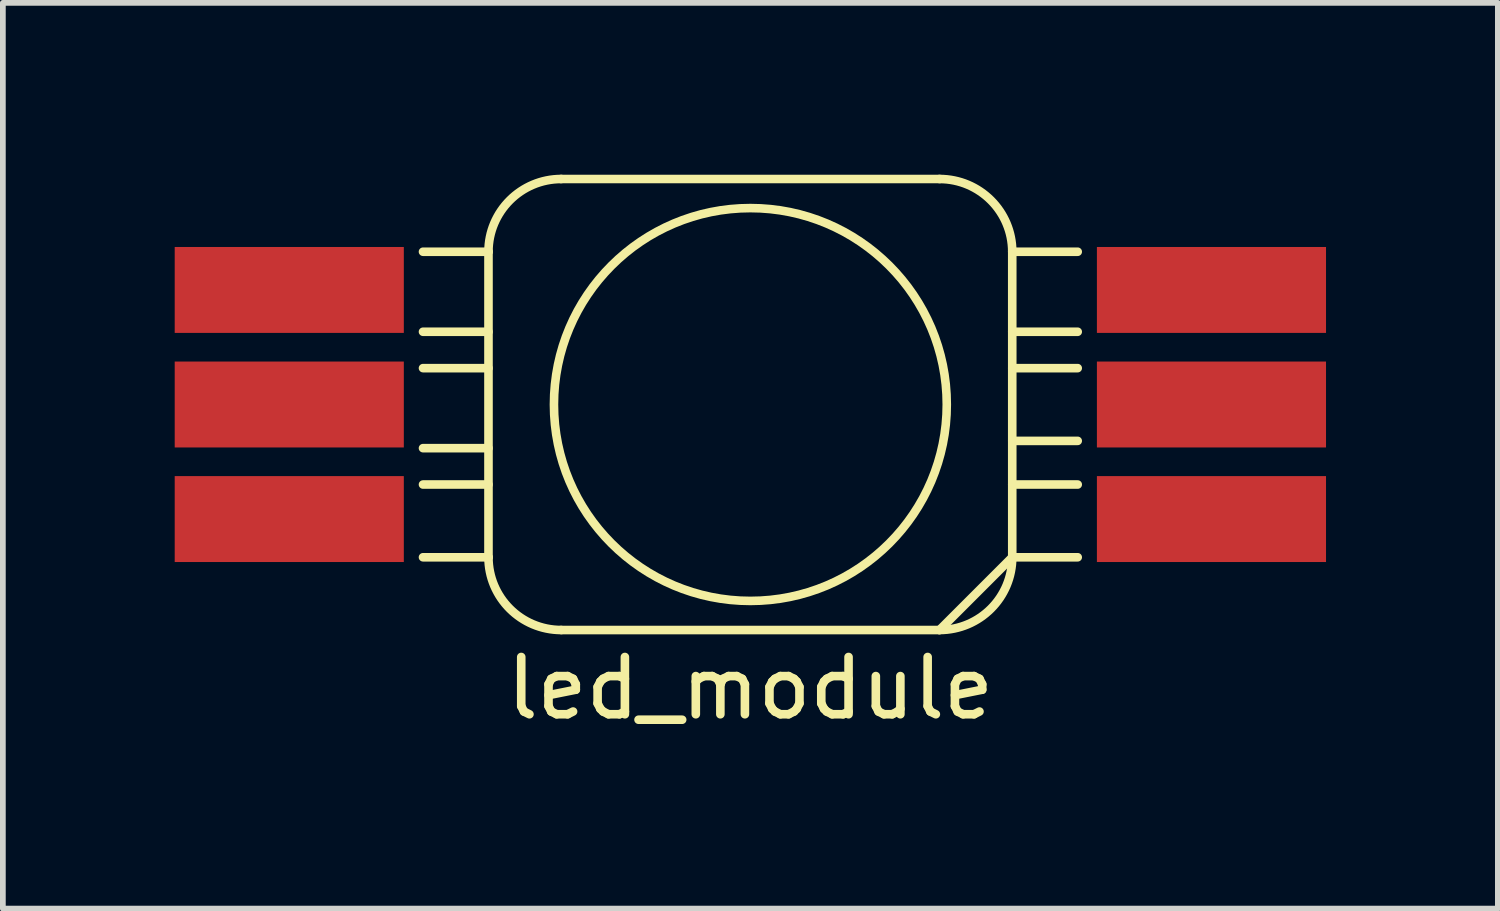
<source format=kicad_pcb>
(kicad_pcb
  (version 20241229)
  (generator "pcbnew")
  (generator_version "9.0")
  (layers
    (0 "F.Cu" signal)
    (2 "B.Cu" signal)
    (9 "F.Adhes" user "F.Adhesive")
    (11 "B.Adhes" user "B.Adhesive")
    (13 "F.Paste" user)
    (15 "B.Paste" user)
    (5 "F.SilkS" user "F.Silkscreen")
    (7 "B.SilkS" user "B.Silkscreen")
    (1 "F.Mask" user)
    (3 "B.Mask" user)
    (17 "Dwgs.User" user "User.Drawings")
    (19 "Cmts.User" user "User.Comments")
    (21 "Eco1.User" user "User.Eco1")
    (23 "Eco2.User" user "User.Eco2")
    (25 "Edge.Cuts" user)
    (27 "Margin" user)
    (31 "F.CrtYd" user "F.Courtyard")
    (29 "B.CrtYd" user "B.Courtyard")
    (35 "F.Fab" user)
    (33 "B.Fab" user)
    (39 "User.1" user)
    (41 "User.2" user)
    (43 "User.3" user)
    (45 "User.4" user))
  (footprint "led_module"
    (layer "F.Cu")
    (at 10.05 4.012)
    (property "Reference" "led_module" (at 0 4.953 0) (layer "F.SilkS") (effects (font (size 1 1) (thickness 0.15))))
    (attr through_hole)
    (fp_line (start -5.715 -2.667) (end -4.572 -2.667) (stroke (width 0.15) (type solid)) (layer "F.SilkS"))
    (fp_line (start -5.715 -1.27) (end -4.572 -1.27) (stroke (width 0.15) (type solid)) (layer "F.SilkS"))
    (fp_line (start -5.715 0.762) (end -4.572 0.762) (stroke (width 0.15) (type solid)) (layer "F.SilkS"))
    (fp_line (start -5.715 2.667) (end -4.572 2.667) (stroke (width 0.15) (type solid)) (layer "F.SilkS"))
    (fp_line (start -4.572 -0.635) (end -5.715 -0.635) (stroke (width 0.15) (type solid)) (layer "F.SilkS"))
    (fp_line (start -4.572 1.397) (end -5.715 1.397) (stroke (width 0.15) (type solid)) (layer "F.SilkS"))
    (fp_line (start -4.572 2.667) (end -4.572 -2.667) (stroke (width 0.15) (type solid)) (layer "F.SilkS"))
    (fp_line (start -3.302 -3.937) (end 3.302 -3.937) (stroke (width 0.15) (type solid)) (layer "F.SilkS"))
    (fp_line (start -3.302 3.937) (end 3.302 3.937) (stroke (width 0.15) (type solid)) (layer "F.SilkS"))
    (fp_line (start 3.302 3.937) (end 4.572 2.667) (stroke (width 0.15) (type solid)) (layer "F.SilkS"))
    (fp_line (start 4.572 -2.667) (end 4.572 2.667) (stroke (width 0.15) (type solid)) (layer "F.SilkS"))
    (fp_line (start 4.572 -2.667) (end 5.715 -2.667) (stroke (width 0.15) (type solid)) (layer "F.SilkS"))
    (fp_line (start 4.572 -0.635) (end 5.715 -0.635) (stroke (width 0.15) (type solid)) (layer "F.SilkS"))
    (fp_line (start 4.572 1.397) (end 5.715 1.397) (stroke (width 0.15) (type solid)) (layer "F.SilkS"))
    (fp_line (start 5.715 -1.27) (end 4.572 -1.27) (stroke (width 0.15) (type solid)) (layer "F.SilkS"))
    (fp_line (start 5.715 0.635) (end 4.572 0.635) (stroke (width 0.15) (type solid)) (layer "F.SilkS"))
    (fp_line (start 5.715 2.667) (end 4.572 2.667) (stroke (width 0.15) (type solid)) (layer "F.SilkS"))
    (fp_arc (start -4.572 -2.667) (mid -4.200026 -3.565026) (end -3.302 -3.937) (stroke (width 0.15) (type solid)) (layer "F.SilkS"))
    (fp_arc (start -3.302 3.937) (mid -4.200026 3.565026) (end -4.572 2.667) (stroke (width 0.15) (type solid)) (layer "F.SilkS"))
    (fp_arc (start 3.302 -3.937) (mid 4.200026 -3.565026) (end 4.572 -2.667) (stroke (width 0.15) (type solid)) (layer "F.SilkS"))
    (fp_arc (start 4.572 2.667) (mid 4.200026 3.565026) (end 3.302 3.937) (stroke (width 0.15) (type solid)) (layer "F.SilkS"))
    (fp_circle (center 0 0) (end 3.429 0) (stroke (width 0.15) (type solid)) (fill no) (layer "F.SilkS"))
    (pad "1" smd rect (at -8.05 -2) (size 4 1.5) (layers "F.Cu" "F.Mask" "F.Paste"))
    (pad "2" smd rect (at -8.05 0) (size 4 1.5) (layers "F.Cu" "F.Mask" "F.Paste"))
    (pad "3" smd rect (at -8.05 2) (size 4 1.5) (layers "F.Cu" "F.Mask" "F.Paste"))
    (pad "4" smd rect (at 8.05 2) (size 4 1.5) (layers "F.Cu" "F.Mask" "F.Paste"))
    (pad "5" smd rect (at 8.05 0) (size 4 1.5) (layers "F.Cu" "F.Mask" "F.Paste"))
    (pad "6" smd rect (at 8.05 -2) (size 4 1.5) (layers "F.Cu" "F.Mask" "F.Paste")))
  (gr_rect
    (start -3 -3)
    (end 23.1 12.813)
    (stroke (width 0.1) (type default))
    (fill no)
    (layer "Edge.Cuts")))
</source>
